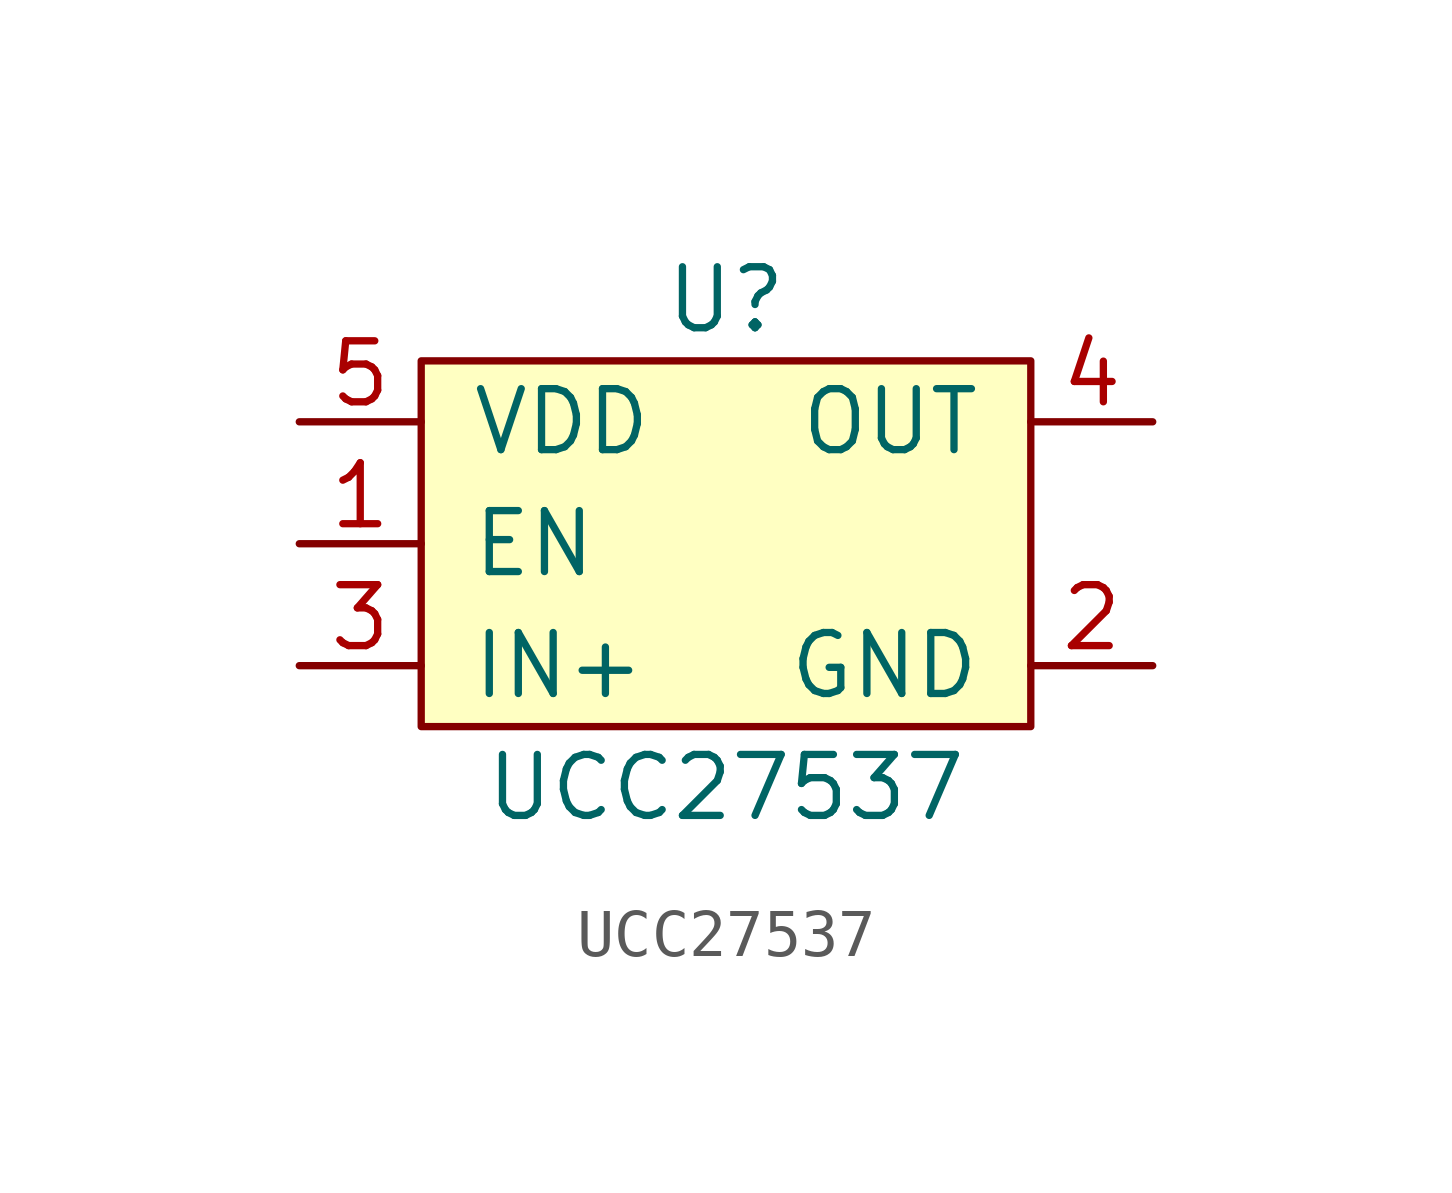
<source format=kicad_sym>
(kicad_symbol_lib
  (version 20231120)
  (generator "kicad_symbol_editor")
  (generator_version "8.0")
  (symbol "UCC27537"
    (pin_names
      (offset 1.016))
    (property "Reference" "U"
      (at 0 5.08 0)
      (effects (font (size 1.27 1.27))))
    (property "Value" "UCC27537"
      (at 0 -5.08 0)
      (effects (font (size 1.27 1.27))))
    (symbol "UCC27537_0_0"
      (pin input line (at -8.89 0 0) (length 2.54) (name "EN" (effects (font (size 1.27 1.27)))) (number "1" (effects (font (size 1.27 1.27)))))
      (pin power_in line (at 8.89 -2.54 180) (length 2.54) (name "GND" (effects (font (size 1.27 1.27)))) (number "2" (effects (font (size 1.27 1.27)))))
      (pin input line (at -8.89 -2.54 0) (length 2.54) (name "IN+" (effects (font (size 1.27 1.27)))) (number "3" (effects (font (size 1.27 1.27)))))
      (pin output line (at 8.89 2.54 180) (length 2.54) (name "OUT" (effects (font (size 1.27 1.27)))) (number "4" (effects (font (size 1.27 1.27)))))
      (pin power_in line (at -8.89 2.54 0) (length 2.54) (name "VDD" (effects (font (size 1.27 1.27)))) (number "5" (effects (font (size 1.27 1.27))))))
    (symbol "UCC27537_0_1"
      (rectangle (start -6.35 3.81) (end 6.35 -3.81) (stroke (width 0) (type default)) (fill (type background))))))
</source>
